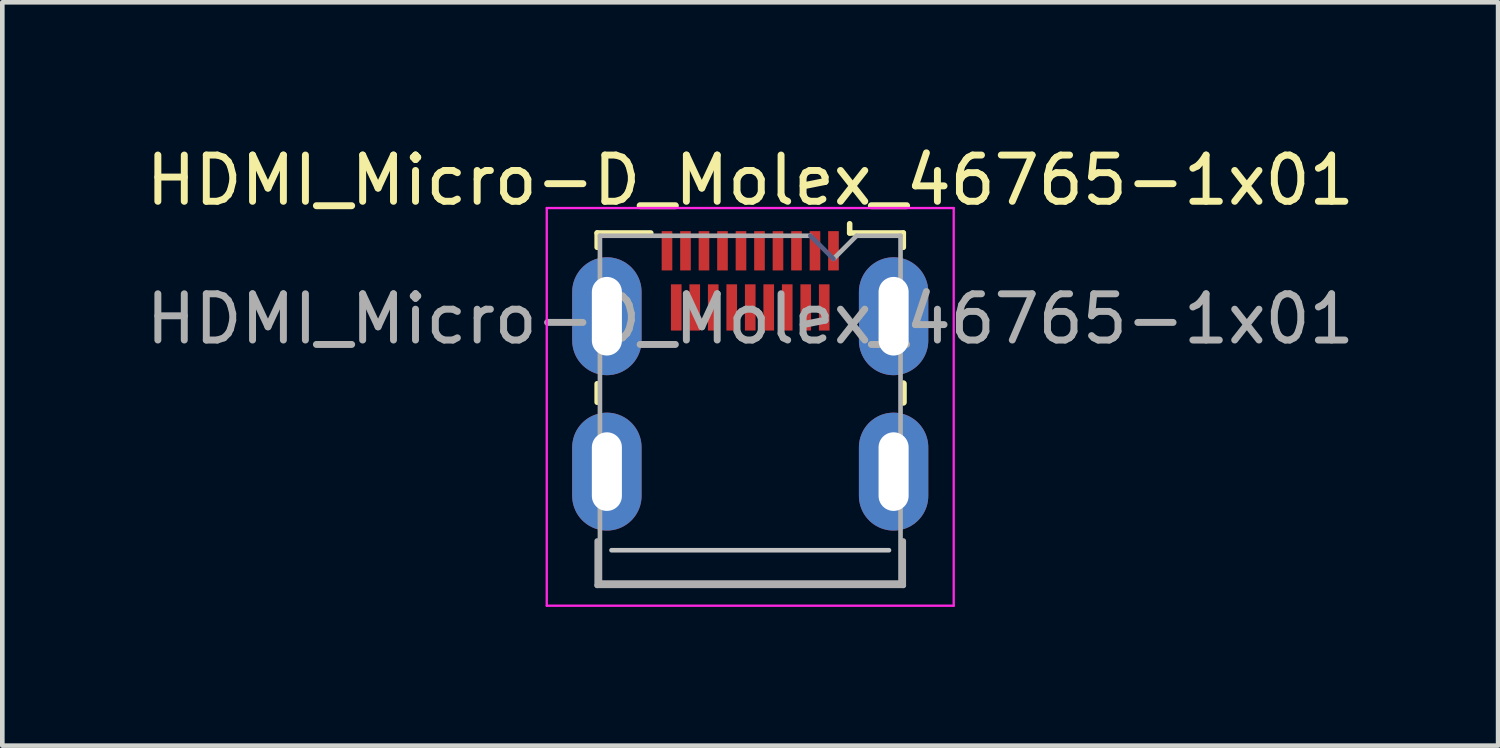
<source format=kicad_pcb>
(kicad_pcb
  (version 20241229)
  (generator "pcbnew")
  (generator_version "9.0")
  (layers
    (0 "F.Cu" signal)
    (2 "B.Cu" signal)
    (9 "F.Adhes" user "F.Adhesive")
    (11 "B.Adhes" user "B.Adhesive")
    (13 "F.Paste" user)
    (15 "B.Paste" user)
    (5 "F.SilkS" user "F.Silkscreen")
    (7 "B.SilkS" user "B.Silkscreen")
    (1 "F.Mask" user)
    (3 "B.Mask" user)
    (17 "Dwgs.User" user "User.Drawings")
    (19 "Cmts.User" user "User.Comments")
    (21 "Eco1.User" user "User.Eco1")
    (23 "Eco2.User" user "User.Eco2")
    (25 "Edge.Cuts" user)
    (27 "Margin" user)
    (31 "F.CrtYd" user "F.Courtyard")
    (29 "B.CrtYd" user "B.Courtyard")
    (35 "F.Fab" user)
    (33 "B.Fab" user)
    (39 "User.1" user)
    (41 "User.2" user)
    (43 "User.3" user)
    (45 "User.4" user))
  (footprint "HDMI_Micro-D_Molex_46765-1x01"
    (layer "F.Cu")
    (at 13.173 7.148)
    (property "Reference" "HDMI_Micro-D_Molex_46765-1x01" (at 0 -6.3 0) (layer "F.SilkS") (effects (font (size 1 1) (thickness 0.15))))
    (attr smd)
    (fp_line (start -3.31 -5.16) (end -2.15 -5.16) (stroke (width 0.12) (type solid)) (layer "F.SilkS"))
    (fp_line (start -3.31 -4.85) (end -3.31 -5.16) (stroke (width 0.12) (type solid)) (layer "F.SilkS"))
    (fp_line (start -3.31 -1.5) (end -3.31 -1.9) (stroke (width 0.12) (type solid)) (layer "F.SilkS"))
    (fp_line (start 2.15 -5.16) (end 2.15 -5.36) (stroke (width 0.12) (type solid)) (layer "F.SilkS"))
    (fp_line (start 2.15 -5.16) (end 3.31 -5.16) (stroke (width 0.12) (type solid)) (layer "F.SilkS"))
    (fp_line (start 3.31 -5.16) (end 3.31 -4.85) (stroke (width 0.12) (type solid)) (layer "F.SilkS"))
    (fp_line (start 3.31 -1.9) (end 3.31 -1.5) (stroke (width 0.15) (type solid)) (layer "F.SilkS"))
    (fp_line (start -3 1.7) (end 3 1.7) (stroke (width 0.1) (type solid)) (layer "Dwgs.User"))
    (fp_line (start -4.4 -5.7) (end -4.4 2.9) (stroke (width 0.05) (type solid)) (layer "F.CrtYd"))
    (fp_line (start -4.4 2.9) (end 4.4 2.9) (stroke (width 0.05) (type solid)) (layer "F.CrtYd"))
    (fp_line (start 4.4 -5.7) (end -4.4 -5.7) (stroke (width 0.05) (type solid)) (layer "F.CrtYd"))
    (fp_line (start 4.4 2.9) (end 4.4 -5.7) (stroke (width 0.05) (type solid)) (layer "F.CrtYd"))
    (fp_line (start 1.8 -4.6) (end 1.3 -5.1) (stroke (width 0.1) (type solid)) (layer "B.Fab"))
    (fp_line (start -3.31 2.46) (end -3.31 1.5) (stroke (width 0.12) (type solid)) (layer "F.Fab"))
    (fp_line (start -3.31 2.46) (end 3.31 2.46) (stroke (width 0.12) (type solid)) (layer "F.Fab"))
    (fp_line (start -3.25 -5.1) (end 1.3 -5.1) (stroke (width 0.1) (type solid)) (layer "F.Fab"))
    (fp_line (start -3.25 2.4) (end -3.25 -5.1) (stroke (width 0.1) (type solid)) (layer "F.Fab"))
    (fp_line (start 1.8 -4.6) (end 2.3 -5.1) (stroke (width 0.1) (type solid)) (layer "F.Fab"))
    (fp_line (start 2.3 -5.1) (end 3.25 -5.1) (stroke (width 0.1) (type solid)) (layer "F.Fab"))
    (fp_line (start 3.25 -5.1) (end 3.25 2.4) (stroke (width 0.1) (type solid)) (layer "F.Fab"))
    (fp_line (start 3.25 2.4) (end -3.25 2.4) (stroke (width 0.1) (type solid)) (layer "F.Fab"))
    (fp_line (start 3.31 1.5) (end 3.31 2.46) (stroke (width 0.12) (type solid)) (layer "F.Fab"))
    (fp_text user "${REFERENCE}" (at 0 -3.3 0) (layer "F.Fab") (effects (font (size 1 1) (thickness 0.15))))
    (pad "1" smd rect (at 1.8 -4.775) (size 0.23 0.85) (layers "F.Cu" "F.Mask" "F.Paste"))
    (pad "2" smd rect (at 1.6 -3.55) (size 0.23 1) (layers "F.Cu" "F.Mask" "F.Paste"))
    (pad "3" smd rect (at 1.4 -4.775) (size 0.23 0.85) (layers "F.Cu" "F.Mask" "F.Paste"))
    (pad "4" smd rect (at 1.2 -3.55) (size 0.23 1) (layers "F.Cu" "F.Mask" "F.Paste"))
    (pad "5" smd rect (at 1 -4.775) (size 0.23 0.85) (layers "F.Cu" "F.Mask" "F.Paste"))
    (pad "6" smd rect (at 0.8 -3.55) (size 0.23 1) (layers "F.Cu" "F.Mask" "F.Paste"))
    (pad "7" smd rect (at 0.6 -4.775) (size 0.23 0.85) (layers "F.Cu" "F.Mask" "F.Paste"))
    (pad "8" smd rect (at 0.4 -3.55) (size 0.23 1) (layers "F.Cu" "F.Mask" "F.Paste"))
    (pad "9" smd rect (at 0.2 -4.775) (size 0.23 0.85) (layers "F.Cu" "F.Mask" "F.Paste"))
    (pad "10" smd rect (at 0 -3.55) (size 0.23 1) (layers "F.Cu" "F.Mask" "F.Paste"))
    (pad "11" smd rect (at -0.2 -4.775) (size 0.23 0.85) (layers "F.Cu" "F.Mask" "F.Paste"))
    (pad "12" smd rect (at -0.4 -3.55) (size 0.23 1) (layers "F.Cu" "F.Mask" "F.Paste"))
    (pad "13" smd rect (at -0.6 -4.775) (size 0.23 0.85) (layers "F.Cu" "F.Mask" "F.Paste"))
    (pad "14" smd rect (at -0.8 -3.55) (size 0.23 1) (layers "F.Cu" "F.Mask" "F.Paste"))
    (pad "15" smd rect (at -1 -4.775) (size 0.23 0.85) (layers "F.Cu" "F.Mask" "F.Paste"))
    (pad "16" smd rect (at -1.2 -3.55) (size 0.23 1) (layers "F.Cu" "F.Mask" "F.Paste"))
    (pad "17" smd rect (at -1.4 -4.775) (size 0.23 0.85) (layers "F.Cu" "F.Mask" "F.Paste"))
    (pad "18" smd rect (at -1.6 -3.55) (size 0.23 1) (layers "F.Cu" "F.Mask" "F.Paste"))
    (pad "19" smd rect (at -1.8 -4.775) (size 0.23 0.85) (layers "F.Cu" "F.Mask" "F.Paste"))
    (pad "SH" thru_hole oval (at -3.1 -3.36) (size 1.5 2.55) (drill oval 0.65 1.7) (layers "*.Cu" "*.Mask"))
    (pad "SH" thru_hole oval (at -3.1 0) (size 1.5 2.55) (drill oval 0.65 1.7) (layers "*.Cu" "*.Mask"))
    (pad "SH" thru_hole oval (at 3.1 -3.36) (size 1.5 2.55) (drill oval 0.65 1.7) (layers "*.Cu" "*.Mask"))
    (pad "SH" thru_hole oval (at 3.1 0) (size 1.5 2.55) (drill oval 0.65 1.7) (layers "*.Cu" "*.Mask")))
  (gr_rect
    (start -3 -3)
    (end 29.345 13.073)
    (stroke (width 0.1) (type default))
    (fill no)
    (layer "Edge.Cuts")))
</source>
